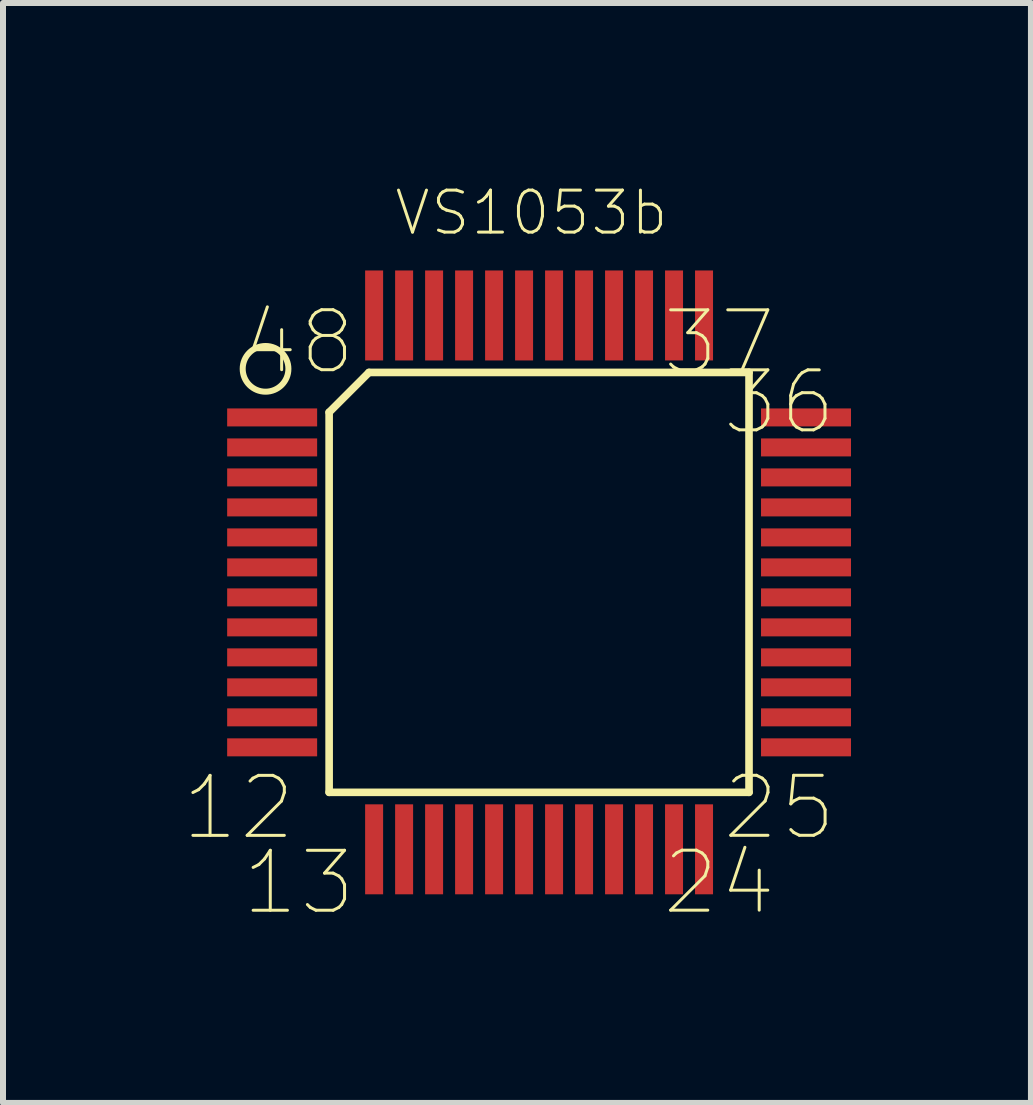
<source format=kicad_pcb>
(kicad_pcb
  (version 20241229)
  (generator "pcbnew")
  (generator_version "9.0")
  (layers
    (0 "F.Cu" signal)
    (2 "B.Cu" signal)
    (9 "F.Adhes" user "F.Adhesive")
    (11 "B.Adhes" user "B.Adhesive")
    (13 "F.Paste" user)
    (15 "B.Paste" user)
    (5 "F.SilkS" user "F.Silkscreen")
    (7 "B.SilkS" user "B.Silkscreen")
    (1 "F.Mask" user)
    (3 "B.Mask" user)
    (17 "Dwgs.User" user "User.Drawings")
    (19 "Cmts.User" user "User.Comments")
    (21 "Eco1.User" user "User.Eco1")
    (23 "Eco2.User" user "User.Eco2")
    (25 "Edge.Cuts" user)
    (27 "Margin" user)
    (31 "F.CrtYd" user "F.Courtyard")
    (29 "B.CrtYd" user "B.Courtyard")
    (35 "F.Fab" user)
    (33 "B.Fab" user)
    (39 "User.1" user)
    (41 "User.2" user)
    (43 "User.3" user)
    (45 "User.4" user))
  (footprint "VS1053b"
    (layer "F.Cu")
    (at 5.937 6.659)
    (property "Reference" "VS1053b" (at -0.127 -6.161 0) (layer "F.SilkS") (effects (font (size 0.7 0.7) (thickness 0.05))))
    (attr smd)
    (fp_line (start -3.5 -2.836) (end -3.5 3.5) (stroke (width 0.127) (type solid)) (layer "F.SilkS"))
    (fp_line (start -3.5 3.5) (end 3.5 3.5) (stroke (width 0.127) (type solid)) (layer "F.SilkS"))
    (fp_line (start -2.836 -3.5) (end -3.5 -2.836) (stroke (width 0.127) (type solid)) (layer "F.SilkS"))
    (fp_line (start 3.5 -3.5) (end -2.836 -3.5) (stroke (width 0.127) (type solid)) (layer "F.SilkS"))
    (fp_line (start 3.5 3.5) (end 3.5 -3.5) (stroke (width 0.127) (type solid)) (layer "F.SilkS"))
    (fp_circle (center -4.56 -3.56) (end -4.179 -3.56) (stroke (width 0.1) (type solid)) (fill no) (layer "F.SilkS"))
    (fp_poly (pts (xy -3.501 -3.5) (xy 3.5 -3.5) (xy 3.5 3.501) (xy -3.501 3.501)) (stroke (width 0.1) (type solid)) (fill no) (layer "Eco1.User"))
    (fp_text user "24" (at 3.003 5.004 0) (layer "F.SilkS") (effects (font (size 1 1) (thickness 0.05))))
    (fp_text user "13" (at -4.005 5.006 0) (layer "F.SilkS") (effects (font (size 1 1) (thickness 0.05))))
    (fp_text user "48" (at -4.006 -4.006 0) (layer "F.SilkS") (effects (font (size 1 1) (thickness 0.05))))
    (fp_text user "37" (at 3.003 -4.004 0) (layer "F.SilkS") (effects (font (size 1 1) (thickness 0.05))))
    (fp_text user "12" (at -5.009 3.757 0) (layer "F.SilkS") (effects (font (size 1 1) (thickness 0.05))))
    (fp_text user "36" (at 4.004 -3.003 0) (layer "F.SilkS") (effects (font (size 1 1) (thickness 0.05))))
    (fp_text user "25" (at 4.006 3.756 0) (layer "F.SilkS") (effects (font (size 1 1) (thickness 0.05))))
    (pad "1" smd rect (at -4.45 -2.75) (size 1.5 0.3) (layers "F.Cu" "F.Mask" "F.Paste"))
    (pad "2" smd rect (at -4.45 -2.25) (size 1.5 0.3) (layers "F.Cu" "F.Mask" "F.Paste"))
    (pad "3" smd rect (at -4.45 -1.75) (size 1.5 0.3) (layers "F.Cu" "F.Mask" "F.Paste"))
    (pad "4" smd rect (at -4.45 -1.25) (size 1.5 0.3) (layers "F.Cu" "F.Mask" "F.Paste"))
    (pad "5" smd rect (at -4.45 -0.75) (size 1.5 0.3) (layers "F.Cu" "F.Mask" "F.Paste"))
    (pad "6" smd rect (at -4.45 -0.25) (size 1.5 0.3) (layers "F.Cu" "F.Mask" "F.Paste"))
    (pad "7" smd rect (at -4.45 0.25) (size 1.5 0.3) (layers "F.Cu" "F.Mask" "F.Paste"))
    (pad "8" smd rect (at -4.45 0.75) (size 1.5 0.3) (layers "F.Cu" "F.Mask" "F.Paste"))
    (pad "9" smd rect (at -4.45 1.25) (size 1.5 0.3) (layers "F.Cu" "F.Mask" "F.Paste"))
    (pad "10" smd rect (at -4.45 1.75) (size 1.5 0.3) (layers "F.Cu" "F.Mask" "F.Paste"))
    (pad "11" smd rect (at -4.45 2.25) (size 1.5 0.3) (layers "F.Cu" "F.Mask" "F.Paste"))
    (pad "12" smd rect (at -4.45 2.75) (size 1.5 0.3) (layers "F.Cu" "F.Mask" "F.Paste"))
    (pad "13" smd rect (at -2.75 4.45 90) (size 1.5 0.3) (layers "F.Cu" "F.Mask" "F.Paste"))
    (pad "14" smd rect (at -2.25 4.45 90) (size 1.5 0.3) (layers "F.Cu" "F.Mask" "F.Paste"))
    (pad "15" smd rect (at -1.75 4.45 90) (size 1.5 0.3) (layers "F.Cu" "F.Mask" "F.Paste"))
    (pad "16" smd rect (at -1.25 4.45 90) (size 1.5 0.3) (layers "F.Cu" "F.Mask" "F.Paste"))
    (pad "17" smd rect (at -0.75 4.45 90) (size 1.5 0.3) (layers "F.Cu" "F.Mask" "F.Paste"))
    (pad "18" smd rect (at -0.25 4.45 90) (size 1.5 0.3) (layers "F.Cu" "F.Mask" "F.Paste"))
    (pad "19" smd rect (at 0.25 4.45 90) (size 1.5 0.3) (layers "F.Cu" "F.Mask" "F.Paste"))
    (pad "20" smd rect (at 0.75 4.45 90) (size 1.5 0.3) (layers "F.Cu" "F.Mask" "F.Paste"))
    (pad "21" smd rect (at 1.25 4.45 90) (size 1.5 0.3) (layers "F.Cu" "F.Mask" "F.Paste"))
    (pad "22" smd rect (at 1.75 4.45 90) (size 1.5 0.3) (layers "F.Cu" "F.Mask" "F.Paste"))
    (pad "23" smd rect (at 2.25 4.45 90) (size 1.5 0.3) (layers "F.Cu" "F.Mask" "F.Paste"))
    (pad "24" smd rect (at 2.75 4.45 90) (size 1.5 0.3) (layers "F.Cu" "F.Mask" "F.Paste"))
    (pad "25" smd rect (at 4.45 2.75 180) (size 1.5 0.3) (layers "F.Cu" "F.Mask" "F.Paste"))
    (pad "26" smd rect (at 4.45 2.25 180) (size 1.5 0.3) (layers "F.Cu" "F.Mask" "F.Paste"))
    (pad "27" smd rect (at 4.45 1.75 180) (size 1.5 0.3) (layers "F.Cu" "F.Mask" "F.Paste"))
    (pad "28" smd rect (at 4.45 1.25 180) (size 1.5 0.3) (layers "F.Cu" "F.Mask" "F.Paste"))
    (pad "29" smd rect (at 4.45 0.75 180) (size 1.5 0.3) (layers "F.Cu" "F.Mask" "F.Paste"))
    (pad "30" smd rect (at 4.45 0.25 180) (size 1.5 0.3) (layers "F.Cu" "F.Mask" "F.Paste"))
    (pad "31" smd rect (at 4.45 -0.25 180) (size 1.5 0.3) (layers "F.Cu" "F.Mask" "F.Paste"))
    (pad "32" smd rect (at 4.45 -0.75 180) (size 1.5 0.3) (layers "F.Cu" "F.Mask" "F.Paste"))
    (pad "33" smd rect (at 4.45 -1.25 180) (size 1.5 0.3) (layers "F.Cu" "F.Mask" "F.Paste"))
    (pad "34" smd rect (at 4.45 -1.75 180) (size 1.5 0.3) (layers "F.Cu" "F.Mask" "F.Paste"))
    (pad "35" smd rect (at 4.45 -2.25 180) (size 1.5 0.3) (layers "F.Cu" "F.Mask" "F.Paste"))
    (pad "36" smd rect (at 4.45 -2.75 180) (size 1.5 0.3) (layers "F.Cu" "F.Mask" "F.Paste"))
    (pad "37" smd rect (at 2.75 -4.45 270) (size 1.5 0.3) (layers "F.Cu" "F.Mask" "F.Paste"))
    (pad "38" smd rect (at 2.25 -4.45 270) (size 1.5 0.3) (layers "F.Cu" "F.Mask" "F.Paste"))
    (pad "39" smd rect (at 1.75 -4.45 270) (size 1.5 0.3) (layers "F.Cu" "F.Mask" "F.Paste"))
    (pad "40" smd rect (at 1.25 -4.45 270) (size 1.5 0.3) (layers "F.Cu" "F.Mask" "F.Paste"))
    (pad "41" smd rect (at 0.75 -4.45 270) (size 1.5 0.3) (layers "F.Cu" "F.Mask" "F.Paste"))
    (pad "42" smd rect (at 0.25 -4.45 270) (size 1.5 0.3) (layers "F.Cu" "F.Mask" "F.Paste"))
    (pad "43" smd rect (at -0.25 -4.45 270) (size 1.5 0.3) (layers "F.Cu" "F.Mask" "F.Paste"))
    (pad "44" smd rect (at -0.75 -4.45 270) (size 1.5 0.3) (layers "F.Cu" "F.Mask" "F.Paste"))
    (pad "45" smd rect (at -1.25 -4.45 270) (size 1.5 0.3) (layers "F.Cu" "F.Mask" "F.Paste"))
    (pad "46" smd rect (at -1.75 -4.45 270) (size 1.5 0.3) (layers "F.Cu" "F.Mask" "F.Paste"))
    (pad "47" smd rect (at -2.25 -4.45 270) (size 1.5 0.3) (layers "F.Cu" "F.Mask" "F.Paste"))
    (pad "48" smd rect (at -2.75 -4.45 270) (size 1.5 0.3) (layers "F.Cu" "F.Mask" "F.Paste")))
  (gr_rect
    (start -3 -3)
    (end 14.137 15.337)
    (stroke (width 0.1) (type default))
    (fill no)
    (layer "Edge.Cuts")))
</source>
